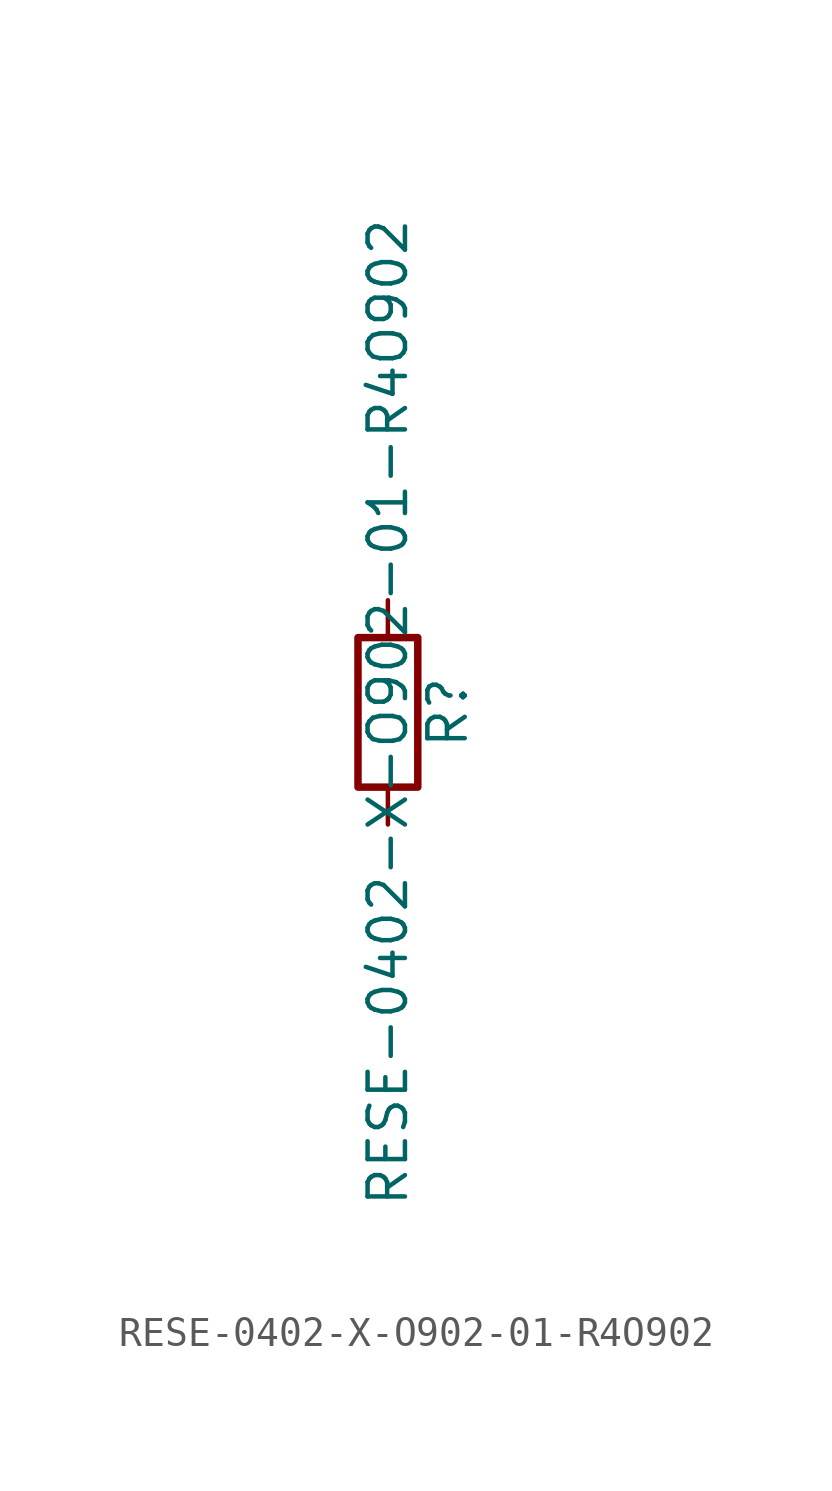
<source format=kicad_sym>
(kicad_symbol_lib
  (version 20211014)
  (generator kicad_symbol_editor)
  (symbol "RESE-0402-X-O902-01-R4O902"
    (pin_numbers hide)
    (pin_names
      (offset 0))
    (property "Reference" "R"
      (at 2.032 0 90)
      (effects (font (size 1.27 1.27))))
    (property "Value" "RESE-0402-X-O902-01-R4O902"
      (at 0 0 90)
      (effects (font (size 1.27 1.27))))
    (symbol "RESE-0402-X-O902-01-R4O902_0_1"
      (rectangle (start -1.016 -2.54) (end 1.016 2.54) (stroke (width 0.254) (type default) (color 0 0 0 0)) (fill (type none))))
    (symbol "RESE-0402-X-O902-01-R4O902_1_1"
      (pin passive line (at 0 3.81 270) (length 1.27) (name "~" (effects (font (size 1.27 1.27)))) (number "1" (effects (font (size 1.27 1.27)))))
      (pin passive line (at 0 -3.81 90) (length 1.27) (name "~" (effects (font (size 1.27 1.27)))) (number "2" (effects (font (size 1.27 1.27))))))))
</source>
